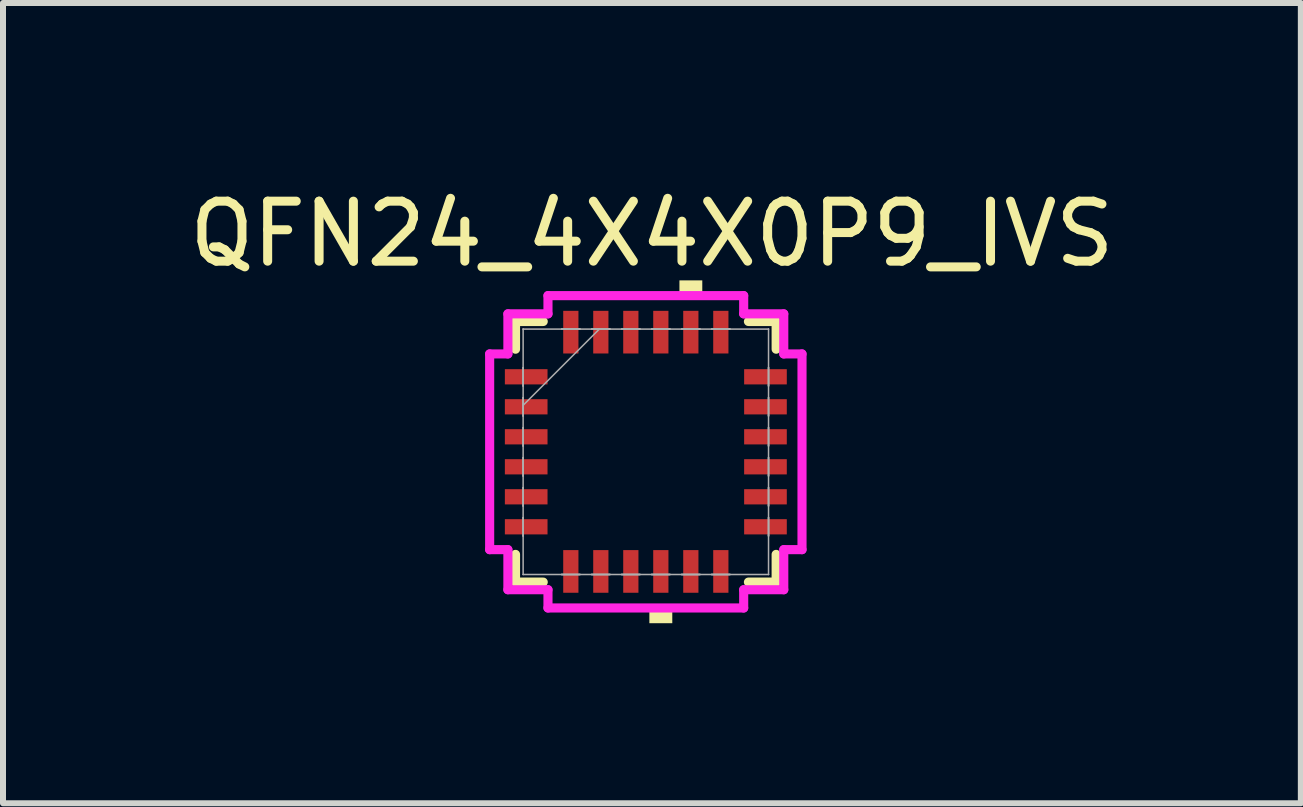
<source format=kicad_pcb>
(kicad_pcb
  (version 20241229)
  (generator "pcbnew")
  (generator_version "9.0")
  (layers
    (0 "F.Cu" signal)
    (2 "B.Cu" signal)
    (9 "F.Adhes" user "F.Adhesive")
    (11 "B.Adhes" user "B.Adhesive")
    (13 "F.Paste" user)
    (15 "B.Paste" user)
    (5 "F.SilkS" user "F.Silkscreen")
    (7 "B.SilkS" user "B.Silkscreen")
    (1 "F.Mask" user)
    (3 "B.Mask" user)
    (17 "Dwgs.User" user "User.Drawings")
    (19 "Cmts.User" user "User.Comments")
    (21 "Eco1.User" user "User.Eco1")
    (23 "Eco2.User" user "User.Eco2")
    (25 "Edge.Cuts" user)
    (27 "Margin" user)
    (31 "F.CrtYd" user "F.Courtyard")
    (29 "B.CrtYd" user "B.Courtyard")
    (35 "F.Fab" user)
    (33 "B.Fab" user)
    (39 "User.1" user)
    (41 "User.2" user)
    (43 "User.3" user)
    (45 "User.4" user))
  (footprint "QFN24_4X4X0P9_IVS"
    (layer "F.Cu")
    (at 7.714 4.48)
    (property "Reference" "QFN24_4X4X0P9_IVS" (at 0.102 -3.632 0) (unlocked yes) (layer "F.SilkS") (effects (font (size 1 1) (thickness 0.15))))
    (attr smd)
    (fp_line (start -2.172 -2.172) (end -2.172 -1.71) (stroke (width 0.152) (type solid)) (layer "F.SilkS"))
    (fp_line (start -2.172 1.71) (end -2.172 2.172) (stroke (width 0.152) (type solid)) (layer "F.SilkS"))
    (fp_line (start -2.172 2.172) (end -1.71 2.172) (stroke (width 0.152) (type solid)) (layer "F.SilkS"))
    (fp_line (start -1.71 -2.172) (end -2.172 -2.172) (stroke (width 0.152) (type solid)) (layer "F.SilkS"))
    (fp_line (start 1.71 2.172) (end 2.172 2.172) (stroke (width 0.152) (type solid)) (layer "F.SilkS"))
    (fp_line (start 2.172 -2.172) (end 1.71 -2.172) (stroke (width 0.152) (type solid)) (layer "F.SilkS"))
    (fp_line (start 2.172 -1.71) (end 2.172 -2.172) (stroke (width 0.152) (type solid)) (layer "F.SilkS"))
    (fp_line (start 2.172 2.172) (end 2.172 1.71) (stroke (width 0.152) (type solid)) (layer "F.SilkS"))
    (fp_poly (pts (xy 0.059 2.603) (xy 0.059 2.857) (xy 0.441 2.857) (xy 0.441 2.603)) (stroke (width 0) (type solid)) (fill yes) (layer "F.SilkS"))
    (fp_poly (pts (xy 0.56 -2.603) (xy 0.56 -2.857) (xy 0.941 -2.857) (xy 0.941 -2.603)) (stroke (width 0) (type solid)) (fill yes) (layer "F.SilkS"))
    (fp_line (start -2.603 -1.631) (end -2.299 -1.631) (stroke (width 0.152) (type solid)) (layer "F.CrtYd"))
    (fp_line (start -2.603 1.631) (end -2.603 -1.631) (stroke (width 0.152) (type solid)) (layer "F.CrtYd"))
    (fp_line (start -2.299 -2.299) (end -1.631 -2.299) (stroke (width 0.152) (type solid)) (layer "F.CrtYd"))
    (fp_line (start -2.299 -1.631) (end -2.299 -2.299) (stroke (width 0.152) (type solid)) (layer "F.CrtYd"))
    (fp_line (start -2.299 1.631) (end -2.603 1.631) (stroke (width 0.152) (type solid)) (layer "F.CrtYd"))
    (fp_line (start -2.299 2.299) (end -2.299 1.631) (stroke (width 0.152) (type solid)) (layer "F.CrtYd"))
    (fp_line (start -1.631 -2.603) (end 1.631 -2.603) (stroke (width 0.152) (type solid)) (layer "F.CrtYd"))
    (fp_line (start -1.631 -2.299) (end -1.631 -2.603) (stroke (width 0.152) (type solid)) (layer "F.CrtYd"))
    (fp_line (start -1.631 2.299) (end -2.299 2.299) (stroke (width 0.152) (type solid)) (layer "F.CrtYd"))
    (fp_line (start -1.631 2.603) (end -1.631 2.299) (stroke (width 0.152) (type solid)) (layer "F.CrtYd"))
    (fp_line (start 1.631 -2.603) (end 1.631 -2.299) (stroke (width 0.152) (type solid)) (layer "F.CrtYd"))
    (fp_line (start 1.631 -2.299) (end 2.299 -2.299) (stroke (width 0.152) (type solid)) (layer "F.CrtYd"))
    (fp_line (start 1.631 2.299) (end 1.631 2.603) (stroke (width 0.152) (type solid)) (layer "F.CrtYd"))
    (fp_line (start 1.631 2.603) (end -1.631 2.603) (stroke (width 0.152) (type solid)) (layer "F.CrtYd"))
    (fp_line (start 2.299 -2.299) (end 2.299 -1.631) (stroke (width 0.152) (type solid)) (layer "F.CrtYd"))
    (fp_line (start 2.299 -1.631) (end 2.603 -1.631) (stroke (width 0.152) (type solid)) (layer "F.CrtYd"))
    (fp_line (start 2.299 1.631) (end 2.299 2.299) (stroke (width 0.152) (type solid)) (layer "F.CrtYd"))
    (fp_line (start 2.299 2.299) (end 1.631 2.299) (stroke (width 0.152) (type solid)) (layer "F.CrtYd"))
    (fp_line (start 2.603 -1.631) (end 2.603 1.631) (stroke (width 0.152) (type solid)) (layer "F.CrtYd"))
    (fp_line (start 2.603 1.631) (end 2.299 1.631) (stroke (width 0.152) (type solid)) (layer "F.CrtYd"))
    (fp_line (start -2.045 -2.045) (end -2.045 -2.045) (stroke (width 0.025) (type solid)) (layer "F.Fab"))
    (fp_line (start -2.045 -2.045) (end -2.045 2.045) (stroke (width 0.025) (type solid)) (layer "F.Fab"))
    (fp_line (start -2.045 -1.402) (end -2.045 -1.402) (stroke (width 0.025) (type solid)) (layer "F.Fab"))
    (fp_line (start -2.045 -1.402) (end -2.045 -1.098) (stroke (width 0.025) (type solid)) (layer "F.Fab"))
    (fp_line (start -2.045 -1.098) (end -2.045 -1.402) (stroke (width 0.025) (type solid)) (layer "F.Fab"))
    (fp_line (start -2.045 -1.098) (end -2.045 -1.098) (stroke (width 0.025) (type solid)) (layer "F.Fab"))
    (fp_line (start -2.045 -0.902) (end -2.045 -0.902) (stroke (width 0.025) (type solid)) (layer "F.Fab"))
    (fp_line (start -2.045 -0.902) (end -2.045 -0.598) (stroke (width 0.025) (type solid)) (layer "F.Fab"))
    (fp_line (start -2.045 -0.775) (end -0.775 -2.045) (stroke (width 0.025) (type solid)) (layer "F.Fab"))
    (fp_line (start -2.045 -0.598) (end -2.045 -0.902) (stroke (width 0.025) (type solid)) (layer "F.Fab"))
    (fp_line (start -2.045 -0.598) (end -2.045 -0.598) (stroke (width 0.025) (type solid)) (layer "F.Fab"))
    (fp_line (start -2.045 -0.402) (end -2.045 -0.402) (stroke (width 0.025) (type solid)) (layer "F.Fab"))
    (fp_line (start -2.045 -0.402) (end -2.045 -0.098) (stroke (width 0.025) (type solid)) (layer "F.Fab"))
    (fp_line (start -2.045 -0.098) (end -2.045 -0.402) (stroke (width 0.025) (type solid)) (layer "F.Fab"))
    (fp_line (start -2.045 -0.098) (end -2.045 -0.098) (stroke (width 0.025) (type solid)) (layer "F.Fab"))
    (fp_line (start -2.045 0.098) (end -2.045 0.098) (stroke (width 0.025) (type solid)) (layer "F.Fab"))
    (fp_line (start -2.045 0.098) (end -2.045 0.402) (stroke (width 0.025) (type solid)) (layer "F.Fab"))
    (fp_line (start -2.045 0.402) (end -2.045 0.098) (stroke (width 0.025) (type solid)) (layer "F.Fab"))
    (fp_line (start -2.045 0.402) (end -2.045 0.402) (stroke (width 0.025) (type solid)) (layer "F.Fab"))
    (fp_line (start -2.045 0.598) (end -2.045 0.598) (stroke (width 0.025) (type solid)) (layer "F.Fab"))
    (fp_line (start -2.045 0.598) (end -2.045 0.902) (stroke (width 0.025) (type solid)) (layer "F.Fab"))
    (fp_line (start -2.045 0.902) (end -2.045 0.598) (stroke (width 0.025) (type solid)) (layer "F.Fab"))
    (fp_line (start -2.045 0.902) (end -2.045 0.902) (stroke (width 0.025) (type solid)) (layer "F.Fab"))
    (fp_line (start -2.045 1.098) (end -2.045 1.098) (stroke (width 0.025) (type solid)) (layer "F.Fab"))
    (fp_line (start -2.045 1.098) (end -2.045 1.402) (stroke (width 0.025) (type solid)) (layer "F.Fab"))
    (fp_line (start -2.045 1.402) (end -2.045 1.098) (stroke (width 0.025) (type solid)) (layer "F.Fab"))
    (fp_line (start -2.045 1.402) (end -2.045 1.402) (stroke (width 0.025) (type solid)) (layer "F.Fab"))
    (fp_line (start -2.045 2.045) (end -2.045 2.045) (stroke (width 0.025) (type solid)) (layer "F.Fab"))
    (fp_line (start -2.045 2.045) (end 2.045 2.045) (stroke (width 0.025) (type solid)) (layer "F.Fab"))
    (fp_line (start -1.402 -2.045) (end -1.402 -2.045) (stroke (width 0.025) (type solid)) (layer "F.Fab"))
    (fp_line (start -1.402 -2.045) (end -1.098 -2.045) (stroke (width 0.025) (type solid)) (layer "F.Fab"))
    (fp_line (start -1.402 2.045) (end -1.402 2.045) (stroke (width 0.025) (type solid)) (layer "F.Fab"))
    (fp_line (start -1.402 2.045) (end -1.098 2.045) (stroke (width 0.025) (type solid)) (layer "F.Fab"))
    (fp_line (start -1.098 -2.045) (end -1.402 -2.045) (stroke (width 0.025) (type solid)) (layer "F.Fab"))
    (fp_line (start -1.098 -2.045) (end -1.098 -2.045) (stroke (width 0.025) (type solid)) (layer "F.Fab"))
    (fp_line (start -1.098 2.045) (end -1.402 2.045) (stroke (width 0.025) (type solid)) (layer "F.Fab"))
    (fp_line (start -1.098 2.045) (end -1.098 2.045) (stroke (width 0.025) (type solid)) (layer "F.Fab"))
    (fp_line (start -0.902 -2.045) (end -0.902 -2.045) (stroke (width 0.025) (type solid)) (layer "F.Fab"))
    (fp_line (start -0.902 -2.045) (end -0.598 -2.045) (stroke (width 0.025) (type solid)) (layer "F.Fab"))
    (fp_line (start -0.902 2.045) (end -0.902 2.045) (stroke (width 0.025) (type solid)) (layer "F.Fab"))
    (fp_line (start -0.902 2.045) (end -0.598 2.045) (stroke (width 0.025) (type solid)) (layer "F.Fab"))
    (fp_line (start -0.598 -2.045) (end -0.902 -2.045) (stroke (width 0.025) (type solid)) (layer "F.Fab"))
    (fp_line (start -0.598 -2.045) (end -0.598 -2.045) (stroke (width 0.025) (type solid)) (layer "F.Fab"))
    (fp_line (start -0.598 2.045) (end -0.902 2.045) (stroke (width 0.025) (type solid)) (layer "F.Fab"))
    (fp_line (start -0.598 2.045) (end -0.598 2.045) (stroke (width 0.025) (type solid)) (layer "F.Fab"))
    (fp_line (start -0.402 -2.045) (end -0.402 -2.045) (stroke (width 0.025) (type solid)) (layer "F.Fab"))
    (fp_line (start -0.402 -2.045) (end -0.098 -2.045) (stroke (width 0.025) (type solid)) (layer "F.Fab"))
    (fp_line (start -0.402 2.045) (end -0.402 2.045) (stroke (width 0.025) (type solid)) (layer "F.Fab"))
    (fp_line (start -0.402 2.045) (end -0.098 2.045) (stroke (width 0.025) (type solid)) (layer "F.Fab"))
    (fp_line (start -0.098 -2.045) (end -0.402 -2.045) (stroke (width 0.025) (type solid)) (layer "F.Fab"))
    (fp_line (start -0.098 -2.045) (end -0.098 -2.045) (stroke (width 0.025) (type solid)) (layer "F.Fab"))
    (fp_line (start -0.098 2.045) (end -0.402 2.045) (stroke (width 0.025) (type solid)) (layer "F.Fab"))
    (fp_line (start -0.098 2.045) (end -0.098 2.045) (stroke (width 0.025) (type solid)) (layer "F.Fab"))
    (fp_line (start 0.098 -2.045) (end 0.098 -2.045) (stroke (width 0.025) (type solid)) (layer "F.Fab"))
    (fp_line (start 0.098 -2.045) (end 0.402 -2.045) (stroke (width 0.025) (type solid)) (layer "F.Fab"))
    (fp_line (start 0.098 2.045) (end 0.098 2.045) (stroke (width 0.025) (type solid)) (layer "F.Fab"))
    (fp_line (start 0.098 2.045) (end 0.402 2.045) (stroke (width 0.025) (type solid)) (layer "F.Fab"))
    (fp_line (start 0.402 -2.045) (end 0.098 -2.045) (stroke (width 0.025) (type solid)) (layer "F.Fab"))
    (fp_line (start 0.402 -2.045) (end 0.402 -2.045) (stroke (width 0.025) (type solid)) (layer "F.Fab"))
    (fp_line (start 0.402 2.045) (end 0.098 2.045) (stroke (width 0.025) (type solid)) (layer "F.Fab"))
    (fp_line (start 0.402 2.045) (end 0.402 2.045) (stroke (width 0.025) (type solid)) (layer "F.Fab"))
    (fp_line (start 0.598 -2.045) (end 0.598 -2.045) (stroke (width 0.025) (type solid)) (layer "F.Fab"))
    (fp_line (start 0.598 -2.045) (end 0.902 -2.045) (stroke (width 0.025) (type solid)) (layer "F.Fab"))
    (fp_line (start 0.598 2.045) (end 0.598 2.045) (stroke (width 0.025) (type solid)) (layer "F.Fab"))
    (fp_line (start 0.598 2.045) (end 0.902 2.045) (stroke (width 0.025) (type solid)) (layer "F.Fab"))
    (fp_line (start 0.902 -2.045) (end 0.598 -2.045) (stroke (width 0.025) (type solid)) (layer "F.Fab"))
    (fp_line (start 0.902 -2.045) (end 0.902 -2.045) (stroke (width 0.025) (type solid)) (layer "F.Fab"))
    (fp_line (start 0.902 2.045) (end 0.598 2.045) (stroke (width 0.025) (type solid)) (layer "F.Fab"))
    (fp_line (start 0.902 2.045) (end 0.902 2.045) (stroke (width 0.025) (type solid)) (layer "F.Fab"))
    (fp_line (start 1.098 -2.045) (end 1.098 -2.045) (stroke (width 0.025) (type solid)) (layer "F.Fab"))
    (fp_line (start 1.098 -2.045) (end 1.402 -2.045) (stroke (width 0.025) (type solid)) (layer "F.Fab"))
    (fp_line (start 1.098 2.045) (end 1.098 2.045) (stroke (width 0.025) (type solid)) (layer "F.Fab"))
    (fp_line (start 1.098 2.045) (end 1.402 2.045) (stroke (width 0.025) (type solid)) (layer "F.Fab"))
    (fp_line (start 1.402 -2.045) (end 1.098 -2.045) (stroke (width 0.025) (type solid)) (layer "F.Fab"))
    (fp_line (start 1.402 -2.045) (end 1.402 -2.045) (stroke (width 0.025) (type solid)) (layer "F.Fab"))
    (fp_line (start 1.402 2.045) (end 1.098 2.045) (stroke (width 0.025) (type solid)) (layer "F.Fab"))
    (fp_line (start 1.402 2.045) (end 1.402 2.045) (stroke (width 0.025) (type solid)) (layer "F.Fab"))
    (fp_line (start 2.045 -2.045) (end -2.045 -2.045) (stroke (width 0.025) (type solid)) (layer "F.Fab"))
    (fp_line (start 2.045 -2.045) (end 2.045 -2.045) (stroke (width 0.025) (type solid)) (layer "F.Fab"))
    (fp_line (start 2.045 -1.402) (end 2.045 -1.402) (stroke (width 0.025) (type solid)) (layer "F.Fab"))
    (fp_line (start 2.045 -1.402) (end 2.045 -1.098) (stroke (width 0.025) (type solid)) (layer "F.Fab"))
    (fp_line (start 2.045 -1.098) (end 2.045 -1.402) (stroke (width 0.025) (type solid)) (layer "F.Fab"))
    (fp_line (start 2.045 -1.098) (end 2.045 -1.098) (stroke (width 0.025) (type solid)) (layer "F.Fab"))
    (fp_line (start 2.045 -0.902) (end 2.045 -0.902) (stroke (width 0.025) (type solid)) (layer "F.Fab"))
    (fp_line (start 2.045 -0.902) (end 2.045 -0.598) (stroke (width 0.025) (type solid)) (layer "F.Fab"))
    (fp_line (start 2.045 -0.598) (end 2.045 -0.902) (stroke (width 0.025) (type solid)) (layer "F.Fab"))
    (fp_line (start 2.045 -0.598) (end 2.045 -0.598) (stroke (width 0.025) (type solid)) (layer "F.Fab"))
    (fp_line (start 2.045 -0.402) (end 2.045 -0.402) (stroke (width 0.025) (type solid)) (layer "F.Fab"))
    (fp_line (start 2.045 -0.402) (end 2.045 -0.098) (stroke (width 0.025) (type solid)) (layer "F.Fab"))
    (fp_line (start 2.045 -0.098) (end 2.045 -0.402) (stroke (width 0.025) (type solid)) (layer "F.Fab"))
    (fp_line (start 2.045 -0.098) (end 2.045 -0.098) (stroke (width 0.025) (type solid)) (layer "F.Fab"))
    (fp_line (start 2.045 0.098) (end 2.045 0.098) (stroke (width 0.025) (type solid)) (layer "F.Fab"))
    (fp_line (start 2.045 0.098) (end 2.045 0.402) (stroke (width 0.025) (type solid)) (layer "F.Fab"))
    (fp_line (start 2.045 0.402) (end 2.045 0.098) (stroke (width 0.025) (type solid)) (layer "F.Fab"))
    (fp_line (start 2.045 0.402) (end 2.045 0.402) (stroke (width 0.025) (type solid)) (layer "F.Fab"))
    (fp_line (start 2.045 0.598) (end 2.045 0.598) (stroke (width 0.025) (type solid)) (layer "F.Fab"))
    (fp_line (start 2.045 0.598) (end 2.045 0.902) (stroke (width 0.025) (type solid)) (layer "F.Fab"))
    (fp_line (start 2.045 0.902) (end 2.045 0.598) (stroke (width 0.025) (type solid)) (layer "F.Fab"))
    (fp_line (start 2.045 0.902) (end 2.045 0.902) (stroke (width 0.025) (type solid)) (layer "F.Fab"))
    (fp_line (start 2.045 1.098) (end 2.045 1.098) (stroke (width 0.025) (type solid)) (layer "F.Fab"))
    (fp_line (start 2.045 1.098) (end 2.045 1.402) (stroke (width 0.025) (type solid)) (layer "F.Fab"))
    (fp_line (start 2.045 1.402) (end 2.045 1.098) (stroke (width 0.025) (type solid)) (layer "F.Fab"))
    (fp_line (start 2.045 1.402) (end 2.045 1.402) (stroke (width 0.025) (type solid)) (layer "F.Fab"))
    (fp_line (start 2.045 2.045) (end 2.045 -2.045) (stroke (width 0.025) (type solid)) (layer "F.Fab"))
    (fp_line (start 2.045 2.045) (end 2.045 2.045) (stroke (width 0.025) (type solid)) (layer "F.Fab"))
    (pad "1" smd rect (at -1.994 -1.25 90) (size 0.254 0.711) (layers "F.Cu" "F.Mask" "F.Paste"))
    (pad "2" smd rect (at -1.994 -0.75 90) (size 0.254 0.711) (layers "F.Cu" "F.Mask" "F.Paste"))
    (pad "3" smd rect (at -1.994 -0.25 90) (size 0.254 0.711) (layers "F.Cu" "F.Mask" "F.Paste"))
    (pad "4" smd rect (at -1.994 0.25 90) (size 0.254 0.711) (layers "F.Cu" "F.Mask" "F.Paste"))
    (pad "5" smd rect (at -1.994 0.75 90) (size 0.254 0.711) (layers "F.Cu" "F.Mask" "F.Paste"))
    (pad "6" smd rect (at -1.994 1.25 90) (size 0.254 0.711) (layers "F.Cu" "F.Mask" "F.Paste"))
    (pad "7" smd rect (at -1.25 1.994) (size 0.254 0.711) (layers "F.Cu" "F.Mask" "F.Paste"))
    (pad "8" smd rect (at -0.75 1.994) (size 0.254 0.711) (layers "F.Cu" "F.Mask" "F.Paste"))
    (pad "9" smd rect (at -0.25 1.994) (size 0.254 0.711) (layers "F.Cu" "F.Mask" "F.Paste"))
    (pad "10" smd rect (at 0.25 1.994) (size 0.254 0.711) (layers "F.Cu" "F.Mask" "F.Paste"))
    (pad "11" smd rect (at 0.75 1.994) (size 0.254 0.711) (layers "F.Cu" "F.Mask" "F.Paste"))
    (pad "12" smd rect (at 1.25 1.994) (size 0.254 0.711) (layers "F.Cu" "F.Mask" "F.Paste"))
    (pad "13" smd rect (at 1.994 1.25 90) (size 0.254 0.711) (layers "F.Cu" "F.Mask" "F.Paste"))
    (pad "14" smd rect (at 1.994 0.75 90) (size 0.254 0.711) (layers "F.Cu" "F.Mask" "F.Paste"))
    (pad "15" smd rect (at 1.994 0.25 90) (size 0.254 0.711) (layers "F.Cu" "F.Mask" "F.Paste"))
    (pad "16" smd rect (at 1.994 -0.25 90) (size 0.254 0.711) (layers "F.Cu" "F.Mask" "F.Paste"))
    (pad "17" smd rect (at 1.994 -0.75 90) (size 0.254 0.711) (layers "F.Cu" "F.Mask" "F.Paste"))
    (pad "18" smd rect (at 1.994 -1.25 90) (size 0.254 0.711) (layers "F.Cu" "F.Mask" "F.Paste"))
    (pad "19" smd rect (at 1.25 -1.994) (size 0.254 0.711) (layers "F.Cu" "F.Mask" "F.Paste"))
    (pad "20" smd rect (at 0.75 -1.994) (size 0.254 0.711) (layers "F.Cu" "F.Mask" "F.Paste"))
    (pad "21" smd rect (at 0.25 -1.994) (size 0.254 0.711) (layers "F.Cu" "F.Mask" "F.Paste"))
    (pad "22" smd rect (at -0.25 -1.994) (size 0.254 0.711) (layers "F.Cu" "F.Mask" "F.Paste"))
    (pad "23" smd rect (at -0.75 -1.994) (size 0.254 0.711) (layers "F.Cu" "F.Mask" "F.Paste"))
    (pad "24" smd rect (at -1.25 -1.994) (size 0.254 0.711) (layers "F.Cu" "F.Mask" "F.Paste")))
  (gr_rect
    (start -3 -3)
    (end 18.631 10.338)
    (stroke (width 0.1) (type default))
    (fill no)
    (layer "Edge.Cuts")))
</source>
